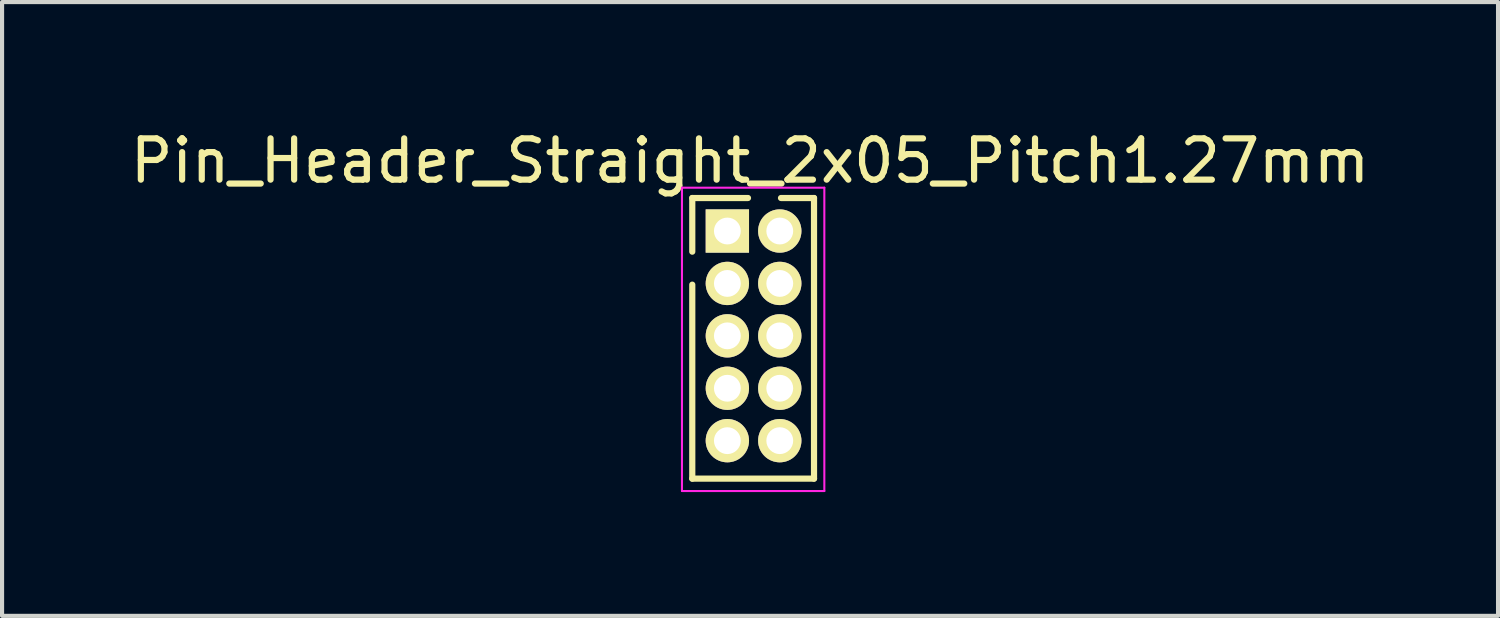
<source format=kicad_pcb>
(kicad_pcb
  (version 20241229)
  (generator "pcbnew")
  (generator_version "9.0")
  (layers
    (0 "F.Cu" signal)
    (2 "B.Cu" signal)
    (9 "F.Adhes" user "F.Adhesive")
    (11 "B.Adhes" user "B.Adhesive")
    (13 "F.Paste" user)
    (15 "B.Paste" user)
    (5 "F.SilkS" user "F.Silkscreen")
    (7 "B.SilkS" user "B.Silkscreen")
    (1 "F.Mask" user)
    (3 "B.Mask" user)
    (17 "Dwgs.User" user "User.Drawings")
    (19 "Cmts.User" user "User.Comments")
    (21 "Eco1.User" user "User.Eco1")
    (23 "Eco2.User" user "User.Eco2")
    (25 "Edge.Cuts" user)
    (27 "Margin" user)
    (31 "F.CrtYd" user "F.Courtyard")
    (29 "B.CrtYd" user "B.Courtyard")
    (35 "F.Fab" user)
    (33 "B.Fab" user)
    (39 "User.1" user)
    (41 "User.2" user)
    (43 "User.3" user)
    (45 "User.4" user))
  (footprint "Pin_Header_Straight_2x05_Pitch1.27mm"
    (layer "F.Cu")
    (at 14.575 2.548)
    (property "Reference" "Pin_Header_Straight_2x05_Pitch1.27mm" (at 0.55 -1.7 0) (layer "F.SilkS") (effects (font (size 1 1) (thickness 0.15))))
    (attr through_hole)
    (fp_line (start -0.85 -0.8) (end -0.85 0.5) (stroke (width 0.15) (type solid)) (layer "F.SilkS"))
    (fp_line (start -0.85 6) (end -0.85 1.3) (stroke (width 0.15) (type solid)) (layer "F.SilkS"))
    (fp_line (start 0.5 -0.8) (end -0.85 -0.8) (stroke (width 0.15) (type solid)) (layer "F.SilkS"))
    (fp_line (start 2.1 -0.8) (end 1.3 -0.8) (stroke (width 0.15) (type solid)) (layer "F.SilkS"))
    (fp_line (start 2.1 6) (end -0.85 6) (stroke (width 0.15) (type solid)) (layer "F.SilkS"))
    (fp_line (start 2.1 6) (end 2.1 -0.8) (stroke (width 0.15) (type solid)) (layer "F.SilkS"))
    (fp_line (start -1.1 -1.05) (end -1.1 6.3) (stroke (width 0.05) (type solid)) (layer "F.CrtYd"))
    (fp_line (start -1.1 -1.05) (end 2.35 -1.05) (stroke (width 0.05) (type solid)) (layer "F.CrtYd"))
    (fp_line (start -1.1 6.3) (end 2.35 6.3) (stroke (width 0.05) (type solid)) (layer "F.CrtYd"))
    (fp_line (start 2.35 -1.05) (end 2.35 6.3) (stroke (width 0.05) (type solid)) (layer "F.CrtYd"))
    (pad "1" thru_hole rect (at 0 0) (size 1.05 1.05) (drill 0.65) (layers "*.Cu" "*.Mask" "F.SilkS"))
    (pad "2" thru_hole circle (at 1.27 0) (size 1.05 1.05) (drill 0.65) (layers "*.Cu" "*.Mask" "F.SilkS"))
    (pad "3" thru_hole circle (at 0 1.27) (size 1.05 1.05) (drill 0.65) (layers "*.Cu" "*.Mask" "F.SilkS"))
    (pad "4" thru_hole circle (at 1.27 1.27) (size 1.05 1.05) (drill 0.65) (layers "*.Cu" "*.Mask" "F.SilkS"))
    (pad "5" thru_hole circle (at 0 2.54) (size 1.05 1.05) (drill 0.65) (layers "*.Cu" "*.Mask" "F.SilkS"))
    (pad "6" thru_hole circle (at 1.27 2.54) (size 1.05 1.05) (drill 0.65) (layers "*.Cu" "*.Mask" "F.SilkS"))
    (pad "7" thru_hole circle (at 0 3.81) (size 1.05 1.05) (drill 0.65) (layers "*.Cu" "*.Mask" "F.SilkS"))
    (pad "8" thru_hole circle (at 1.27 3.81) (size 1.05 1.05) (drill 0.65) (layers "*.Cu" "*.Mask" "F.SilkS"))
    (pad "9" thru_hole circle (at 0 5.08) (size 1.05 1.05) (drill 0.65) (layers "*.Cu" "*.Mask" "F.SilkS"))
    (pad "10" thru_hole circle (at 1.27 5.08) (size 1.05 1.05) (drill 0.65) (layers "*.Cu" "*.Mask" "F.SilkS")))
  (gr_rect
    (start -3 -3)
    (end 33.25 11.873)
    (stroke (width 0.1) (type default))
    (fill no)
    (layer "Edge.Cuts")))
</source>
